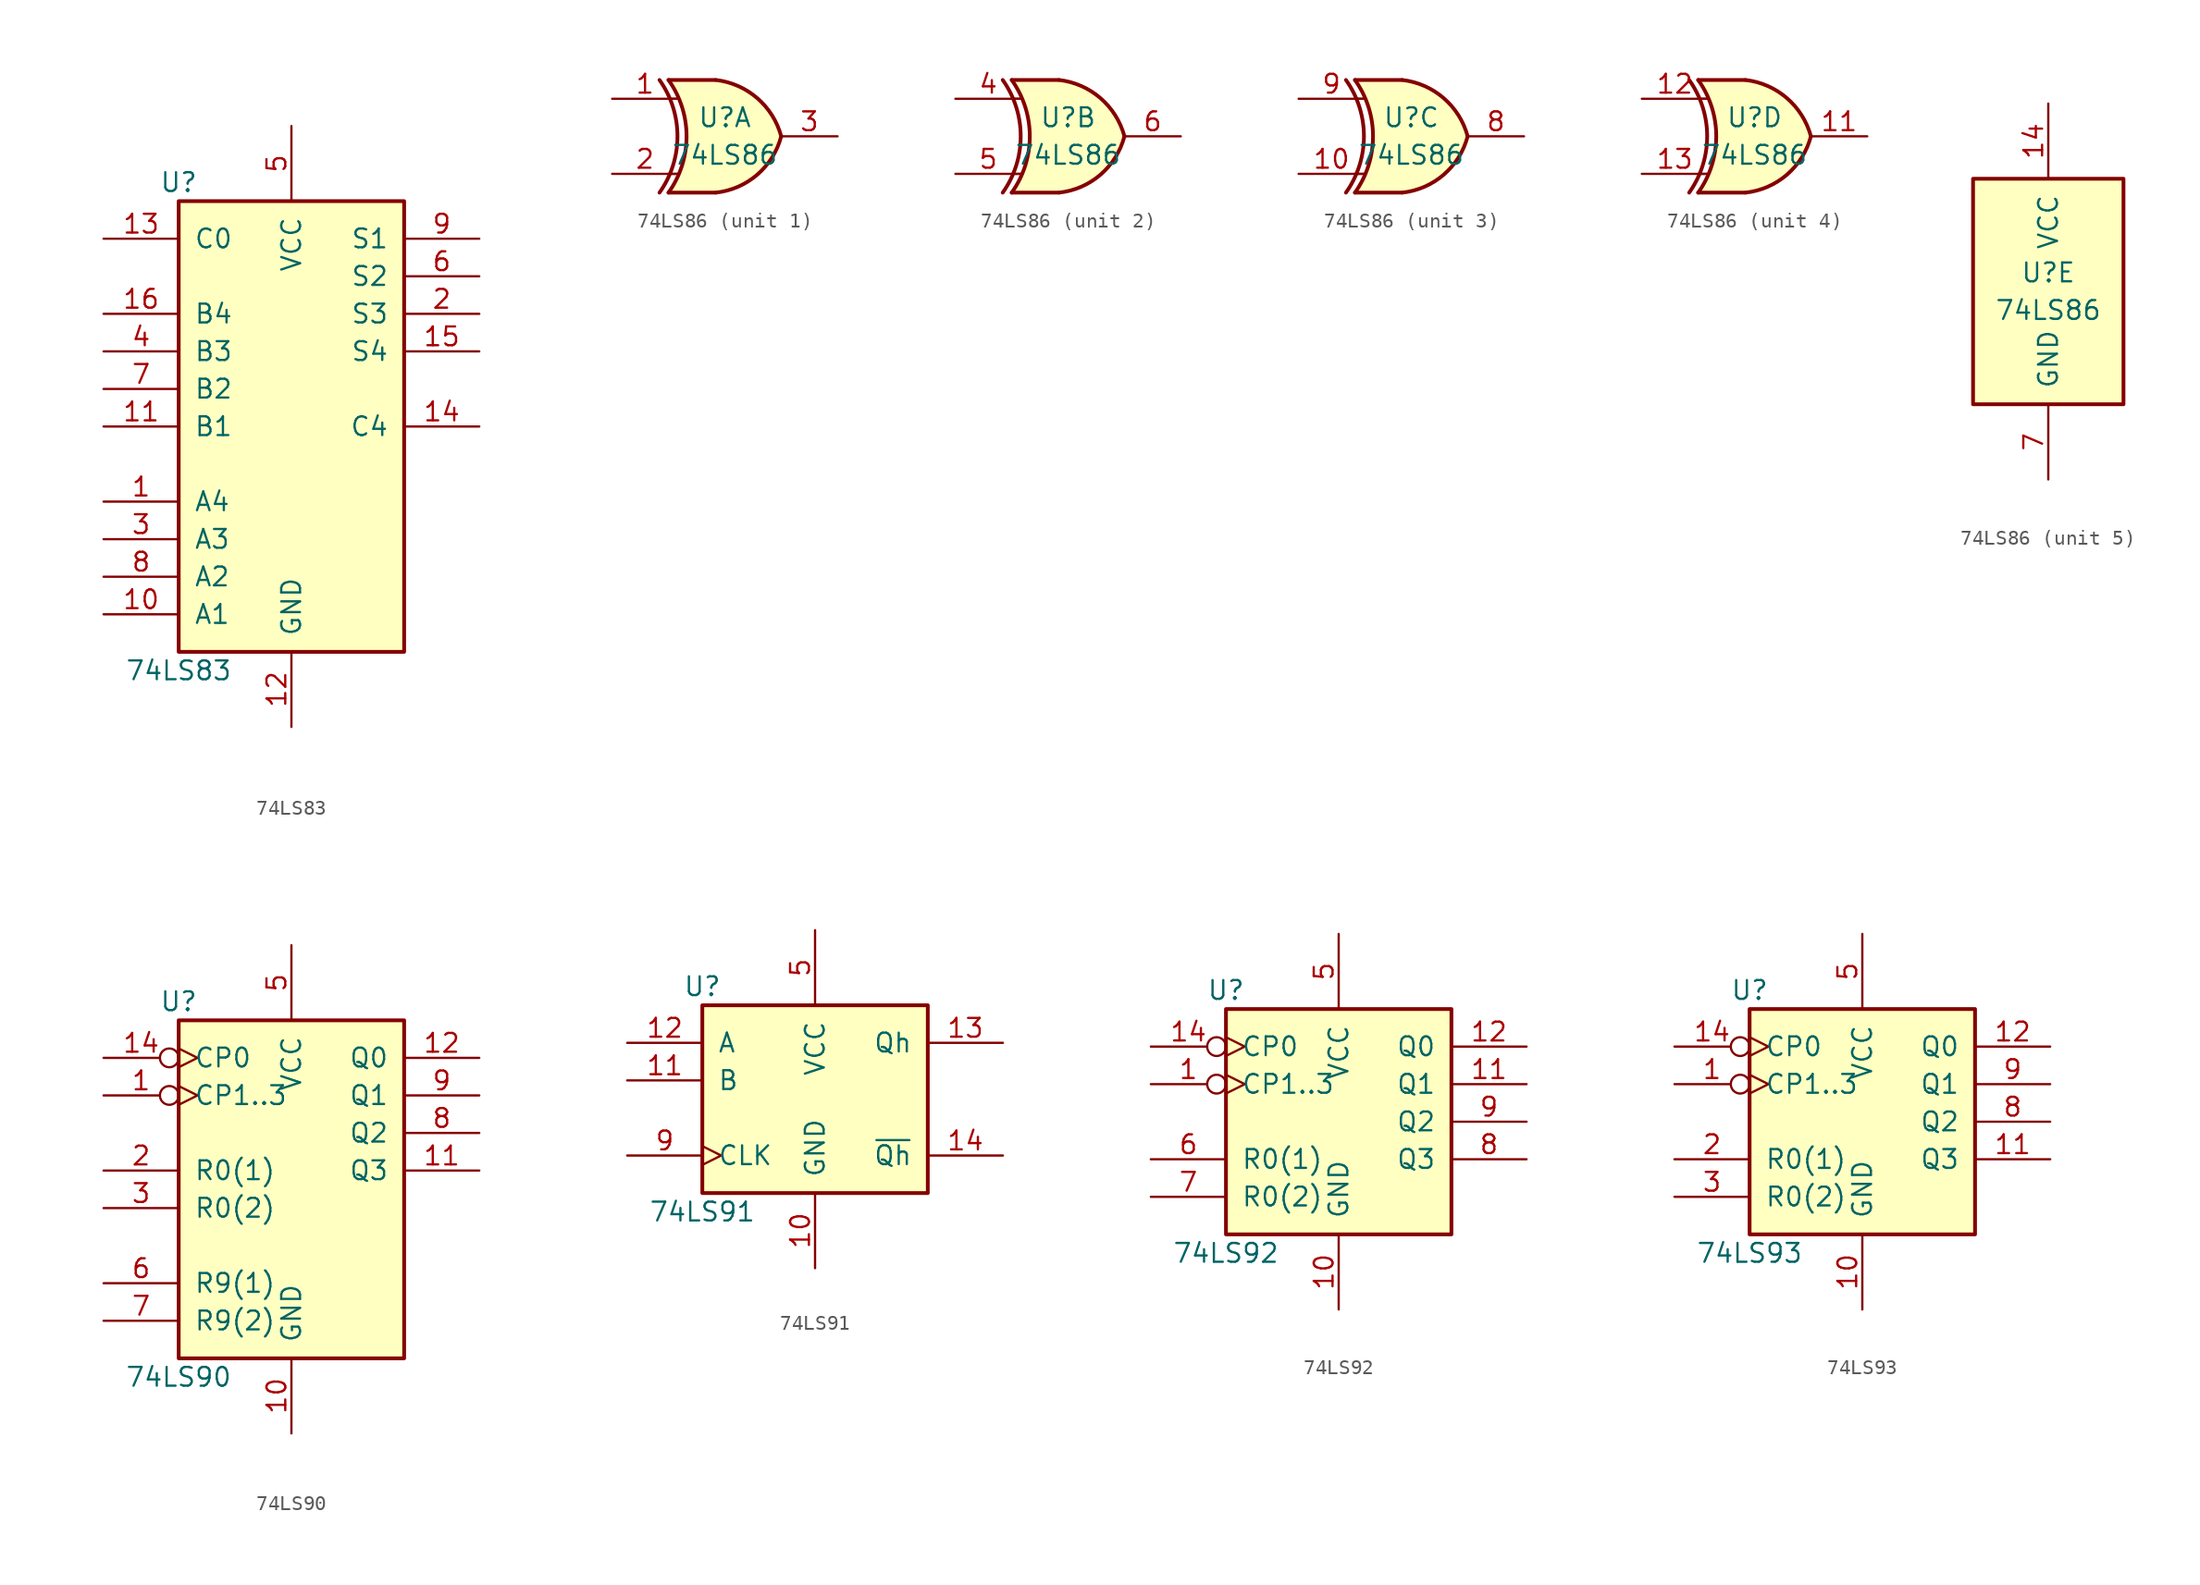
<source format=kicad_sym>
(kicad_symbol_lib
  (version 20241209)
  (generator "kicad_symbol_editor")
  (generator_version "9.0")
  (symbol "74LS83"
    (pin_names
      (offset 1.016))
    (property "Reference" "U"
      (at -7.62 16.51 0)
      (effects (font (size 1.27 1.27))))
    (property "Value" "74LS83"
      (at -7.62 -16.51 0)
      (effects (font (size 1.27 1.27))))
    (property "ki_locked" ""
      (at 0 0 0)
      (effects (font (size 1.27 1.27))))
    (symbol "74LS83_1_0"
      (pin input line (at -12.7 12.7 0) (length 5.08) (name "C0" (effects (font (size 1.27 1.27)))) (number "13" (effects (font (size 1.27 1.27)))))
      (pin input line (at -12.7 7.62 0) (length 5.08) (name "B4" (effects (font (size 1.27 1.27)))) (number "16" (effects (font (size 1.27 1.27)))))
      (pin input line (at -12.7 5.08 0) (length 5.08) (name "B3" (effects (font (size 1.27 1.27)))) (number "4" (effects (font (size 1.27 1.27)))))
      (pin input line (at -12.7 2.54 0) (length 5.08) (name "B2" (effects (font (size 1.27 1.27)))) (number "7" (effects (font (size 1.27 1.27)))))
      (pin input line (at -12.7 0 0) (length 5.08) (name "B1" (effects (font (size 1.27 1.27)))) (number "11" (effects (font (size 1.27 1.27)))))
      (pin input line (at -12.7 -5.08 0) (length 5.08) (name "A4" (effects (font (size 1.27 1.27)))) (number "1" (effects (font (size 1.27 1.27)))))
      (pin input line (at -12.7 -7.62 0) (length 5.08) (name "A3" (effects (font (size 1.27 1.27)))) (number "3" (effects (font (size 1.27 1.27)))))
      (pin input line (at -12.7 -10.16 0) (length 5.08) (name "A2" (effects (font (size 1.27 1.27)))) (number "8" (effects (font (size 1.27 1.27)))))
      (pin input line (at -12.7 -12.7 0) (length 5.08) (name "A1" (effects (font (size 1.27 1.27)))) (number "10" (effects (font (size 1.27 1.27)))))
      (pin power_in line (at 0 20.32 270) (length 5.08) (name "VCC" (effects (font (size 1.27 1.27)))) (number "5" (effects (font (size 1.27 1.27)))))
      (pin power_in line (at 0 -20.32 90) (length 5.08) (name "GND" (effects (font (size 1.27 1.27)))) (number "12" (effects (font (size 1.27 1.27)))))
      (pin output line (at 12.7 12.7 180) (length 5.08) (name "S1" (effects (font (size 1.27 1.27)))) (number "9" (effects (font (size 1.27 1.27)))))
      (pin output line (at 12.7 10.16 180) (length 5.08) (name "S2" (effects (font (size 1.27 1.27)))) (number "6" (effects (font (size 1.27 1.27)))))
      (pin output line (at 12.7 7.62 180) (length 5.08) (name "S3" (effects (font (size 1.27 1.27)))) (number "2" (effects (font (size 1.27 1.27)))))
      (pin output line (at 12.7 5.08 180) (length 5.08) (name "S4" (effects (font (size 1.27 1.27)))) (number "15" (effects (font (size 1.27 1.27)))))
      (pin output line (at 12.7 0 180) (length 5.08) (name "C4" (effects (font (size 1.27 1.27)))) (number "14" (effects (font (size 1.27 1.27))))))
    (symbol "74LS83_1_1"
      (rectangle (start -7.62 15.24) (end 7.62 -15.24) (stroke (width 0.254) (type solid)) (fill (type background)))))
  (symbol "74LS86"
    (pin_names
      (offset 1.016))
    (property "Reference" "U"
      (at 0 1.27 0)
      (effects (font (size 1.27 1.27))))
    (property "Value" "74LS86"
      (at 0 -1.27 0)
      (effects (font (size 1.27 1.27))))
    (property "ki_locked" ""
      (at 0 0 0)
      (effects (font (size 1.27 1.27))))
    (symbol "74LS86_1_0"
      (arc (start -4.4196 3.81) (mid -3.2033 0) (end -4.4196 -3.81) (stroke (width 0.254) (type solid)) (fill (type none)))
      (arc (start -3.81 3.81) (mid -2.589 0) (end -3.81 -3.81) (stroke (width 0.254) (type solid)) (fill (type none)))
      (polyline (pts (xy -3.81 3.81) (xy -0.635 3.81)) (stroke (width 0.254) (type solid)) (fill (type background)))
      (polyline (pts (xy -3.81 -3.81) (xy -0.635 -3.81)) (stroke (width 0.254) (type solid)) (fill (type background)))
      (arc (start 3.81 0) (mid 2.1915 -2.5936) (end -0.6096 -3.81) (stroke (width 0.254) (type solid)) (fill (type background)))
      (arc (start -0.6096 3.81) (mid 2.1842 2.5851) (end 3.81 0) (stroke (width 0.254) (type solid)) (fill (type background)))
      (polyline (pts (xy -0.635 3.81) (xy -3.81 3.81) (xy -3.81 3.81) (xy -3.556 3.404) (xy -3.023 2.261) (xy -2.692 1.041) (xy -2.616 -0.254) (xy -2.769 -1.499) (xy -3.175 -2.718) (xy -3.81 -3.81) (xy -3.81 -3.81) (xy -0.635 -3.81)) (stroke (width -25.4) (type solid)) (fill (type background)))
      (pin input line (at -7.62 2.54 0) (length 4.445) (name "~" (effects (font (size 1.27 1.27)))) (number "1" (effects (font (size 1.27 1.27)))))
      (pin input line (at -7.62 -2.54 0) (length 4.445) (name "~" (effects (font (size 1.27 1.27)))) (number "2" (effects (font (size 1.27 1.27)))))
      (pin output line (at 7.62 0 180) (length 3.81) (name "~" (effects (font (size 1.27 1.27)))) (number "3" (effects (font (size 1.27 1.27))))))
    (symbol "74LS86_1_1"
      (polyline (pts (xy -3.81 2.54) (xy -3.175 2.54)) (stroke (width 0.152) (type solid)) (fill (type none)))
      (polyline (pts (xy -3.81 -2.54) (xy -3.175 -2.54)) (stroke (width 0.152) (type solid)) (fill (type none))))
    (symbol "74LS86_2_0"
      (arc (start -4.4196 3.81) (mid -3.2033 0) (end -4.4196 -3.81) (stroke (width 0.254) (type solid)) (fill (type none)))
      (arc (start -3.81 3.81) (mid -2.589 0) (end -3.81 -3.81) (stroke (width 0.254) (type solid)) (fill (type none)))
      (polyline (pts (xy -3.81 3.81) (xy -0.635 3.81)) (stroke (width 0.254) (type solid)) (fill (type background)))
      (polyline (pts (xy -3.81 -3.81) (xy -0.635 -3.81)) (stroke (width 0.254) (type solid)) (fill (type background)))
      (arc (start 3.81 0) (mid 2.1915 -2.5936) (end -0.6096 -3.81) (stroke (width 0.254) (type solid)) (fill (type background)))
      (arc (start -0.6096 3.81) (mid 2.1842 2.5851) (end 3.81 0) (stroke (width 0.254) (type solid)) (fill (type background)))
      (polyline (pts (xy -0.635 3.81) (xy -3.81 3.81) (xy -3.81 3.81) (xy -3.556 3.404) (xy -3.023 2.261) (xy -2.692 1.041) (xy -2.616 -0.254) (xy -2.769 -1.499) (xy -3.175 -2.718) (xy -3.81 -3.81) (xy -3.81 -3.81) (xy -0.635 -3.81)) (stroke (width -25.4) (type solid)) (fill (type background)))
      (pin input line (at -7.62 2.54 0) (length 4.445) (name "~" (effects (font (size 1.27 1.27)))) (number "4" (effects (font (size 1.27 1.27)))))
      (pin input line (at -7.62 -2.54 0) (length 4.445) (name "~" (effects (font (size 1.27 1.27)))) (number "5" (effects (font (size 1.27 1.27)))))
      (pin output line (at 7.62 0 180) (length 3.81) (name "~" (effects (font (size 1.27 1.27)))) (number "6" (effects (font (size 1.27 1.27))))))
    (symbol "74LS86_2_1"
      (polyline (pts (xy -3.81 2.54) (xy -3.175 2.54)) (stroke (width 0.152) (type solid)) (fill (type none)))
      (polyline (pts (xy -3.81 -2.54) (xy -3.175 -2.54)) (stroke (width 0.152) (type solid)) (fill (type none))))
    (symbol "74LS86_3_0"
      (arc (start -4.4196 3.81) (mid -3.2033 0) (end -4.4196 -3.81) (stroke (width 0.254) (type solid)) (fill (type none)))
      (arc (start -3.81 3.81) (mid -2.589 0) (end -3.81 -3.81) (stroke (width 0.254) (type solid)) (fill (type none)))
      (polyline (pts (xy -3.81 3.81) (xy -0.635 3.81)) (stroke (width 0.254) (type solid)) (fill (type background)))
      (polyline (pts (xy -3.81 -3.81) (xy -0.635 -3.81)) (stroke (width 0.254) (type solid)) (fill (type background)))
      (arc (start 3.81 0) (mid 2.1915 -2.5936) (end -0.6096 -3.81) (stroke (width 0.254) (type solid)) (fill (type background)))
      (arc (start -0.6096 3.81) (mid 2.1842 2.5851) (end 3.81 0) (stroke (width 0.254) (type solid)) (fill (type background)))
      (polyline (pts (xy -0.635 3.81) (xy -3.81 3.81) (xy -3.81 3.81) (xy -3.556 3.404) (xy -3.023 2.261) (xy -2.692 1.041) (xy -2.616 -0.254) (xy -2.769 -1.499) (xy -3.175 -2.718) (xy -3.81 -3.81) (xy -3.81 -3.81) (xy -0.635 -3.81)) (stroke (width -25.4) (type solid)) (fill (type background)))
      (pin input line (at -7.62 2.54 0) (length 4.445) (name "~" (effects (font (size 1.27 1.27)))) (number "9" (effects (font (size 1.27 1.27)))))
      (pin input line (at -7.62 -2.54 0) (length 4.445) (name "~" (effects (font (size 1.27 1.27)))) (number "10" (effects (font (size 1.27 1.27)))))
      (pin output line (at 7.62 0 180) (length 3.81) (name "~" (effects (font (size 1.27 1.27)))) (number "8" (effects (font (size 1.27 1.27))))))
    (symbol "74LS86_3_1"
      (polyline (pts (xy -3.81 2.54) (xy -3.175 2.54)) (stroke (width 0.152) (type solid)) (fill (type none)))
      (polyline (pts (xy -3.81 -2.54) (xy -3.175 -2.54)) (stroke (width 0.152) (type solid)) (fill (type none))))
    (symbol "74LS86_4_0"
      (arc (start -4.4196 3.81) (mid -3.2033 0) (end -4.4196 -3.81) (stroke (width 0.254) (type solid)) (fill (type none)))
      (arc (start -3.81 3.81) (mid -2.589 0) (end -3.81 -3.81) (stroke (width 0.254) (type solid)) (fill (type none)))
      (polyline (pts (xy -3.81 3.81) (xy -0.635 3.81)) (stroke (width 0.254) (type solid)) (fill (type background)))
      (polyline (pts (xy -3.81 -3.81) (xy -0.635 -3.81)) (stroke (width 0.254) (type solid)) (fill (type background)))
      (arc (start 3.81 0) (mid 2.1915 -2.5936) (end -0.6096 -3.81) (stroke (width 0.254) (type solid)) (fill (type background)))
      (arc (start -0.6096 3.81) (mid 2.1842 2.5851) (end 3.81 0) (stroke (width 0.254) (type solid)) (fill (type background)))
      (polyline (pts (xy -0.635 3.81) (xy -3.81 3.81) (xy -3.81 3.81) (xy -3.556 3.404) (xy -3.023 2.261) (xy -2.692 1.041) (xy -2.616 -0.254) (xy -2.769 -1.499) (xy -3.175 -2.718) (xy -3.81 -3.81) (xy -3.81 -3.81) (xy -0.635 -3.81)) (stroke (width -25.4) (type solid)) (fill (type background)))
      (pin input line (at -7.62 2.54 0) (length 4.445) (name "~" (effects (font (size 1.27 1.27)))) (number "12" (effects (font (size 1.27 1.27)))))
      (pin input line (at -7.62 -2.54 0) (length 4.445) (name "~" (effects (font (size 1.27 1.27)))) (number "13" (effects (font (size 1.27 1.27)))))
      (pin output line (at 7.62 0 180) (length 3.81) (name "~" (effects (font (size 1.27 1.27)))) (number "11" (effects (font (size 1.27 1.27))))))
    (symbol "74LS86_4_1"
      (polyline (pts (xy -3.81 2.54) (xy -3.175 2.54)) (stroke (width 0.152) (type solid)) (fill (type none)))
      (polyline (pts (xy -3.81 -2.54) (xy -3.175 -2.54)) (stroke (width 0.152) (type solid)) (fill (type none))))
    (symbol "74LS86_5_0"
      (pin power_in line (at 0 12.7 270) (length 5.08) (name "VCC" (effects (font (size 1.27 1.27)))) (number "14" (effects (font (size 1.27 1.27)))))
      (pin power_in line (at 0 -12.7 90) (length 5.08) (name "GND" (effects (font (size 1.27 1.27)))) (number "7" (effects (font (size 1.27 1.27))))))
    (symbol "74LS86_5_1"
      (rectangle (start -5.08 7.62) (end 5.08 -7.62) (stroke (width 0.254) (type solid)) (fill (type background)))))
  (symbol "74LS90"
    (pin_names
      (offset 1.016))
    (property "Reference" "U"
      (at -7.62 11.43 0)
      (effects (font (size 1.27 1.27))))
    (property "Value" "74LS90"
      (at -7.62 -13.97 0)
      (effects (font (size 1.27 1.27))))
    (property "ki_locked" ""
      (at 0 0 0)
      (effects (font (size 1.27 1.27))))
    (symbol "74LS90_1_0"
      (pin input inverted_clock (at -12.7 7.62 0) (length 5.08) (name "CP0" (effects (font (size 1.27 1.27)))) (number "14" (effects (font (size 1.27 1.27)))))
      (pin input inverted_clock (at -12.7 5.08 0) (length 5.08) (name "CP1..3" (effects (font (size 1.27 1.27)))) (number "1" (effects (font (size 1.27 1.27)))))
      (pin input line (at -12.7 0 0) (length 5.08) (name "R0(1)" (effects (font (size 1.27 1.27)))) (number "2" (effects (font (size 1.27 1.27)))))
      (pin input line (at -12.7 -2.54 0) (length 5.08) (name "R0(2)" (effects (font (size 1.27 1.27)))) (number "3" (effects (font (size 1.27 1.27)))))
      (pin input line (at -12.7 -7.62 0) (length 5.08) (name "R9(1)" (effects (font (size 1.27 1.27)))) (number "6" (effects (font (size 1.27 1.27)))))
      (pin input line (at -12.7 -10.16 0) (length 5.08) (name "R9(2)" (effects (font (size 1.27 1.27)))) (number "7" (effects (font (size 1.27 1.27)))))
      (pin power_in line (at 0 15.24 270) (length 5.08) (name "VCC" (effects (font (size 1.27 1.27)))) (number "5" (effects (font (size 1.27 1.27)))))
      (pin power_in line (at 0 -17.78 90) (length 5.08) (name "GND" (effects (font (size 1.27 1.27)))) (number "10" (effects (font (size 1.27 1.27)))))
      (pin output line (at 12.7 7.62 180) (length 5.08) (name "Q0" (effects (font (size 1.27 1.27)))) (number "12" (effects (font (size 1.27 1.27)))))
      (pin output line (at 12.7 5.08 180) (length 5.08) (name "Q1" (effects (font (size 1.27 1.27)))) (number "9" (effects (font (size 1.27 1.27)))))
      (pin output line (at 12.7 2.54 180) (length 5.08) (name "Q2" (effects (font (size 1.27 1.27)))) (number "8" (effects (font (size 1.27 1.27)))))
      (pin output line (at 12.7 0 180) (length 5.08) (name "Q3" (effects (font (size 1.27 1.27)))) (number "11" (effects (font (size 1.27 1.27))))))
    (symbol "74LS90_1_1"
      (rectangle (start -7.62 10.16) (end 7.62 -12.7) (stroke (width 0.254) (type solid)) (fill (type background)))))
  (symbol "74LS91"
    (pin_names
      (offset 1.016))
    (property "Reference" "U"
      (at -7.62 6.35 0)
      (effects (font (size 1.27 1.27))))
    (property "Value" "74LS91"
      (at -7.62 -8.89 0)
      (effects (font (size 1.27 1.27))))
    (property "ki_locked" ""
      (at 0 0 0)
      (effects (font (size 1.27 1.27))))
    (symbol "74LS91_1_0"
      (pin input line (at -12.7 2.54 0) (length 5.08) (name "A" (effects (font (size 1.27 1.27)))) (number "12" (effects (font (size 1.27 1.27)))))
      (pin input line (at -12.7 0 0) (length 5.08) (name "B" (effects (font (size 1.27 1.27)))) (number "11" (effects (font (size 1.27 1.27)))))
      (pin input clock (at -12.7 -5.08 0) (length 5.08) (name "CLK" (effects (font (size 1.27 1.27)))) (number "9" (effects (font (size 1.27 1.27)))))
      (pin power_in line (at 0 10.16 270) (length 5.08) (name "VCC" (effects (font (size 1.27 1.27)))) (number "5" (effects (font (size 1.27 1.27)))))
      (pin power_in line (at 0 -12.7 90) (length 5.08) (name "GND" (effects (font (size 1.27 1.27)))) (number "10" (effects (font (size 1.27 1.27)))))
      (pin output line (at 12.7 2.54 180) (length 5.08) (name "Qh" (effects (font (size 1.27 1.27)))) (number "13" (effects (font (size 1.27 1.27)))))
      (pin output line (at 12.7 -5.08 180) (length 5.08) (name "~{Qh}" (effects (font (size 1.27 1.27)))) (number "14" (effects (font (size 1.27 1.27))))))
    (symbol "74LS91_1_1"
      (rectangle (start -7.62 5.08) (end 7.62 -7.62) (stroke (width 0.254) (type solid)) (fill (type background)))))
  (symbol "74LS92"
    (pin_names
      (offset 1.016))
    (property "Reference" "U"
      (at -7.62 8.89 0)
      (effects (font (size 1.27 1.27))))
    (property "Value" "74LS92"
      (at -7.62 -8.89 0)
      (effects (font (size 1.27 1.27))))
    (property "ki_locked" ""
      (at 0 0 0)
      (effects (font (size 1.27 1.27))))
    (symbol "74LS92_1_0"
      (pin input inverted_clock (at -12.7 5.08 0) (length 5.08) (name "CP0" (effects (font (size 1.27 1.27)))) (number "14" (effects (font (size 1.27 1.27)))))
      (pin input inverted_clock (at -12.7 2.54 0) (length 5.08) (name "CP1..3" (effects (font (size 1.27 1.27)))) (number "1" (effects (font (size 1.27 1.27)))))
      (pin input line (at -12.7 -2.54 0) (length 5.08) (name "R0(1)" (effects (font (size 1.27 1.27)))) (number "6" (effects (font (size 1.27 1.27)))))
      (pin input line (at -12.7 -5.08 0) (length 5.08) (name "R0(2)" (effects (font (size 1.27 1.27)))) (number "7" (effects (font (size 1.27 1.27)))))
      (pin power_in line (at 0 12.7 270) (length 5.08) (name "VCC" (effects (font (size 1.27 1.27)))) (number "5" (effects (font (size 1.27 1.27)))))
      (pin power_in line (at 0 -12.7 90) (length 5.08) (name "GND" (effects (font (size 1.27 1.27)))) (number "10" (effects (font (size 1.27 1.27)))))
      (pin output line (at 12.7 5.08 180) (length 5.08) (name "Q0" (effects (font (size 1.27 1.27)))) (number "12" (effects (font (size 1.27 1.27)))))
      (pin output line (at 12.7 2.54 180) (length 5.08) (name "Q1" (effects (font (size 1.27 1.27)))) (number "11" (effects (font (size 1.27 1.27)))))
      (pin output line (at 12.7 0 180) (length 5.08) (name "Q2" (effects (font (size 1.27 1.27)))) (number "9" (effects (font (size 1.27 1.27)))))
      (pin output line (at 12.7 -2.54 180) (length 5.08) (name "Q3" (effects (font (size 1.27 1.27)))) (number "8" (effects (font (size 1.27 1.27))))))
    (symbol "74LS92_1_1"
      (rectangle (start -7.62 7.62) (end 7.62 -7.62) (stroke (width 0.254) (type solid)) (fill (type background)))))
  (symbol "74LS93"
    (pin_names
      (offset 1.016))
    (property "Reference" "U"
      (at -7.62 8.89 0)
      (effects (font (size 1.27 1.27))))
    (property "Value" "74LS93"
      (at -7.62 -8.89 0)
      (effects (font (size 1.27 1.27))))
    (property "ki_locked" ""
      (at 0 0 0)
      (effects (font (size 1.27 1.27))))
    (symbol "74LS93_1_0"
      (pin input inverted_clock (at -12.7 5.08 0) (length 5.08) (name "CP0" (effects (font (size 1.27 1.27)))) (number "14" (effects (font (size 1.27 1.27)))))
      (pin input inverted_clock (at -12.7 2.54 0) (length 5.08) (name "CP1..3" (effects (font (size 1.27 1.27)))) (number "1" (effects (font (size 1.27 1.27)))))
      (pin input line (at -12.7 -2.54 0) (length 5.08) (name "R0(1)" (effects (font (size 1.27 1.27)))) (number "2" (effects (font (size 1.27 1.27)))))
      (pin input line (at -12.7 -5.08 0) (length 5.08) (name "R0(2)" (effects (font (size 1.27 1.27)))) (number "3" (effects (font (size 1.27 1.27)))))
      (pin power_in line (at 0 12.7 270) (length 5.08) (name "VCC" (effects (font (size 1.27 1.27)))) (number "5" (effects (font (size 1.27 1.27)))))
      (pin power_in line (at 0 -12.7 90) (length 5.08) (name "GND" (effects (font (size 1.27 1.27)))) (number "10" (effects (font (size 1.27 1.27)))))
      (pin output line (at 12.7 5.08 180) (length 5.08) (name "Q0" (effects (font (size 1.27 1.27)))) (number "12" (effects (font (size 1.27 1.27)))))
      (pin output line (at 12.7 2.54 180) (length 5.08) (name "Q1" (effects (font (size 1.27 1.27)))) (number "9" (effects (font (size 1.27 1.27)))))
      (pin output line (at 12.7 0 180) (length 5.08) (name "Q2" (effects (font (size 1.27 1.27)))) (number "8" (effects (font (size 1.27 1.27)))))
      (pin output line (at 12.7 -2.54 180) (length 5.08) (name "Q3" (effects (font (size 1.27 1.27)))) (number "11" (effects (font (size 1.27 1.27))))))
    (symbol "74LS93_1_1"
      (rectangle (start -7.62 7.62) (end 7.62 -7.62) (stroke (width 0.254) (type solid)) (fill (type background))))))
</source>
